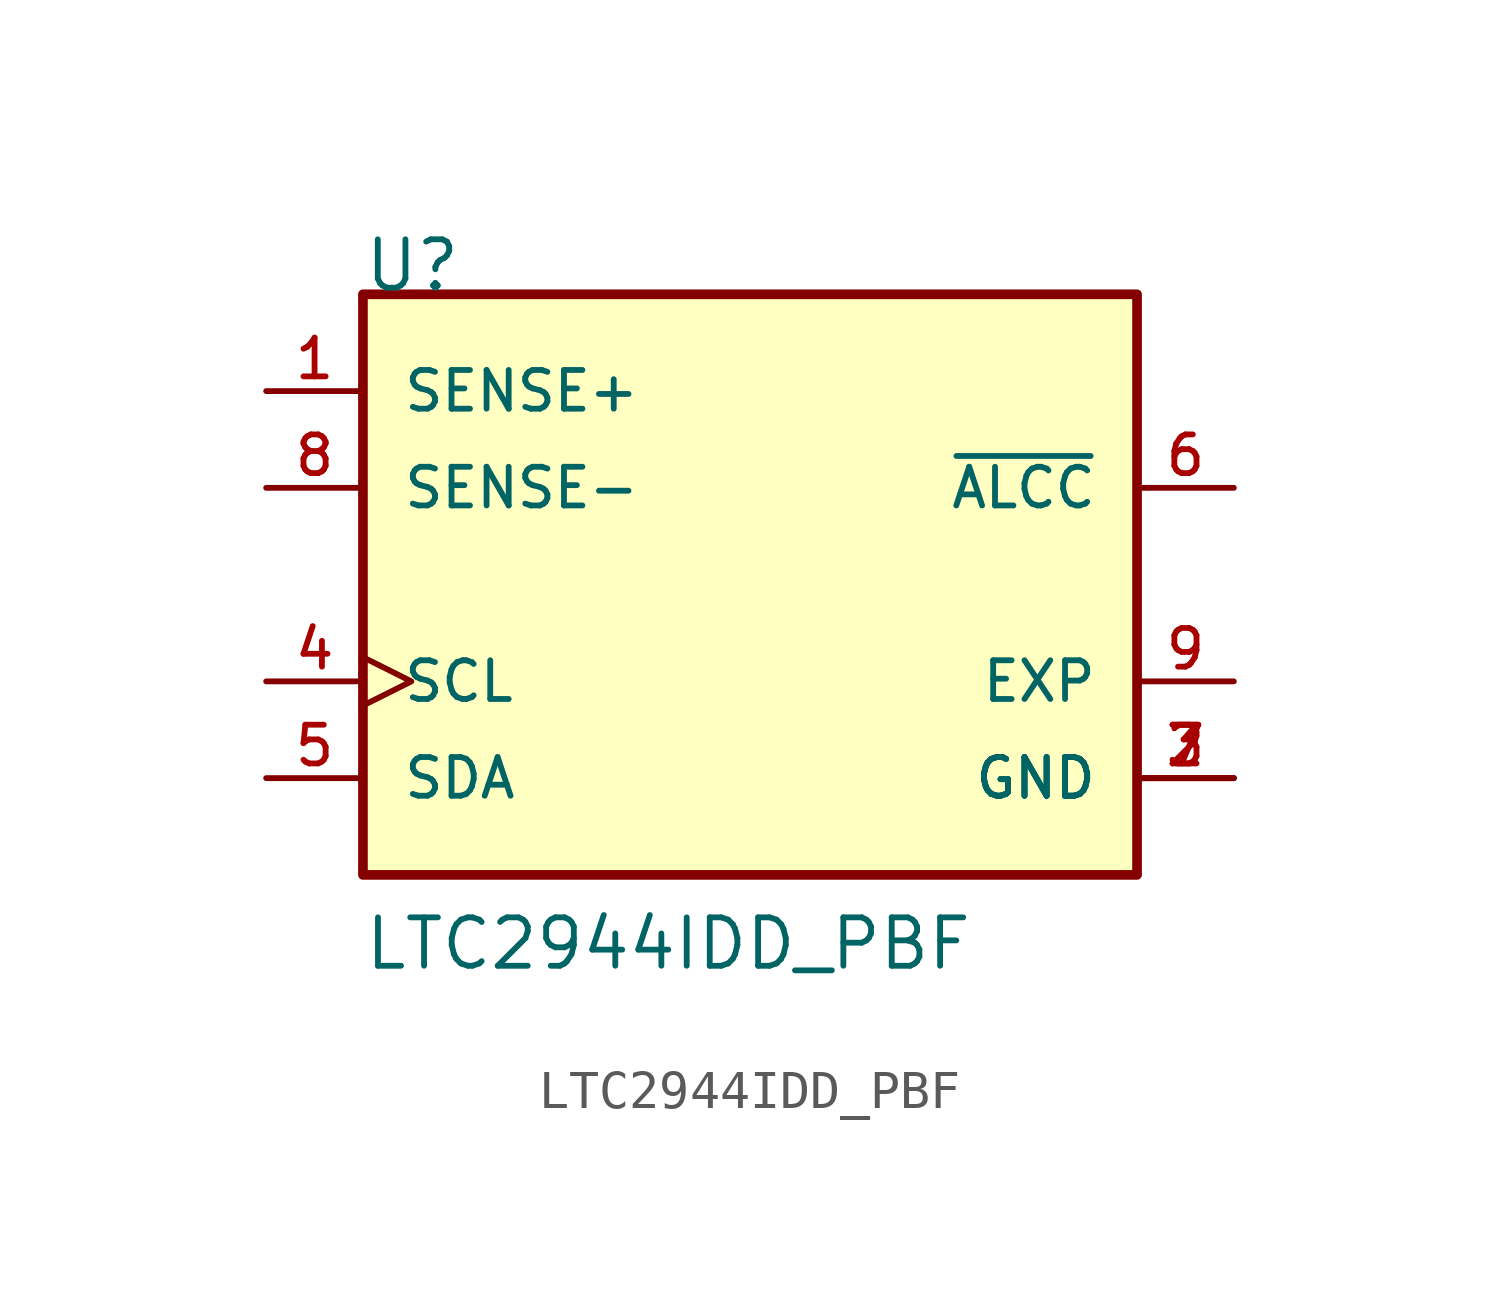
<source format=kicad_sym>
(kicad_symbol_lib
  (version 20211014)
  (generator kicad_symbol_editor)
  (symbol "LTC2944IDD_PBF"
    (pin_names
      (offset 1.016))
    (property "Reference" "U"
      (at -10.173 7.63 0)
      (effects (font (size 1.27 1.27)) (justify bottom left)))
    (property "Value" "LTC2944IDD_PBF"
      (at -10.168 -10.168 0)
      (effects (font (size 1.27 1.27)) (justify bottom left)))
    (symbol "LTC2944IDD_PBF_0_0"
      (rectangle (start -10.16 -7.62) (end 10.16 7.62) (stroke (width 0.254)) (fill (type background)))
      (pin input line (at -12.7 2.54 0) (length 2.54) (name "SENSE-" (effects (font (size 1.016 1.016)))) (number "8" (effects (font (size 1.016 1.016)))))
      (pin power_in line (at 12.7 -5.08 180.0) (length 2.54) (name "GND" (effects (font (size 1.016 1.016)))) (number "2" (effects (font (size 1.016 1.016)))))
      (pin power_in line (at 12.7 -5.08 180.0) (length 2.54) (name "GND" (effects (font (size 1.016 1.016)))) (number "3" (effects (font (size 1.016 1.016)))))
      (pin power_in line (at 12.7 -5.08 180.0) (length 2.54) (name "GND" (effects (font (size 1.016 1.016)))) (number "7" (effects (font (size 1.016 1.016)))))
      (pin input line (at -12.7 5.08 0) (length 2.54) (name "SENSE+" (effects (font (size 1.016 1.016)))) (number "1" (effects (font (size 1.016 1.016)))))
      (pin input clock (at -12.7 -2.54 0) (length 2.54) (name "SCL" (effects (font (size 1.016 1.016)))) (number "4" (effects (font (size 1.016 1.016)))))
      (pin bidirectional line (at 12.7 2.54 180.0) (length 2.54) (name "~{ALCC}" (effects (font (size 1.016 1.016)))) (number "6" (effects (font (size 1.016 1.016)))))
      (pin bidirectional line (at -12.7 -5.08 0) (length 2.54) (name "SDA" (effects (font (size 1.016 1.016)))) (number "5" (effects (font (size 1.016 1.016)))))
      (pin passive line (at 12.7 -2.54 180.0) (length 2.54) (name "EXP" (effects (font (size 1.016 1.016)))) (number "9" (effects (font (size 1.016 1.016))))))))
</source>
